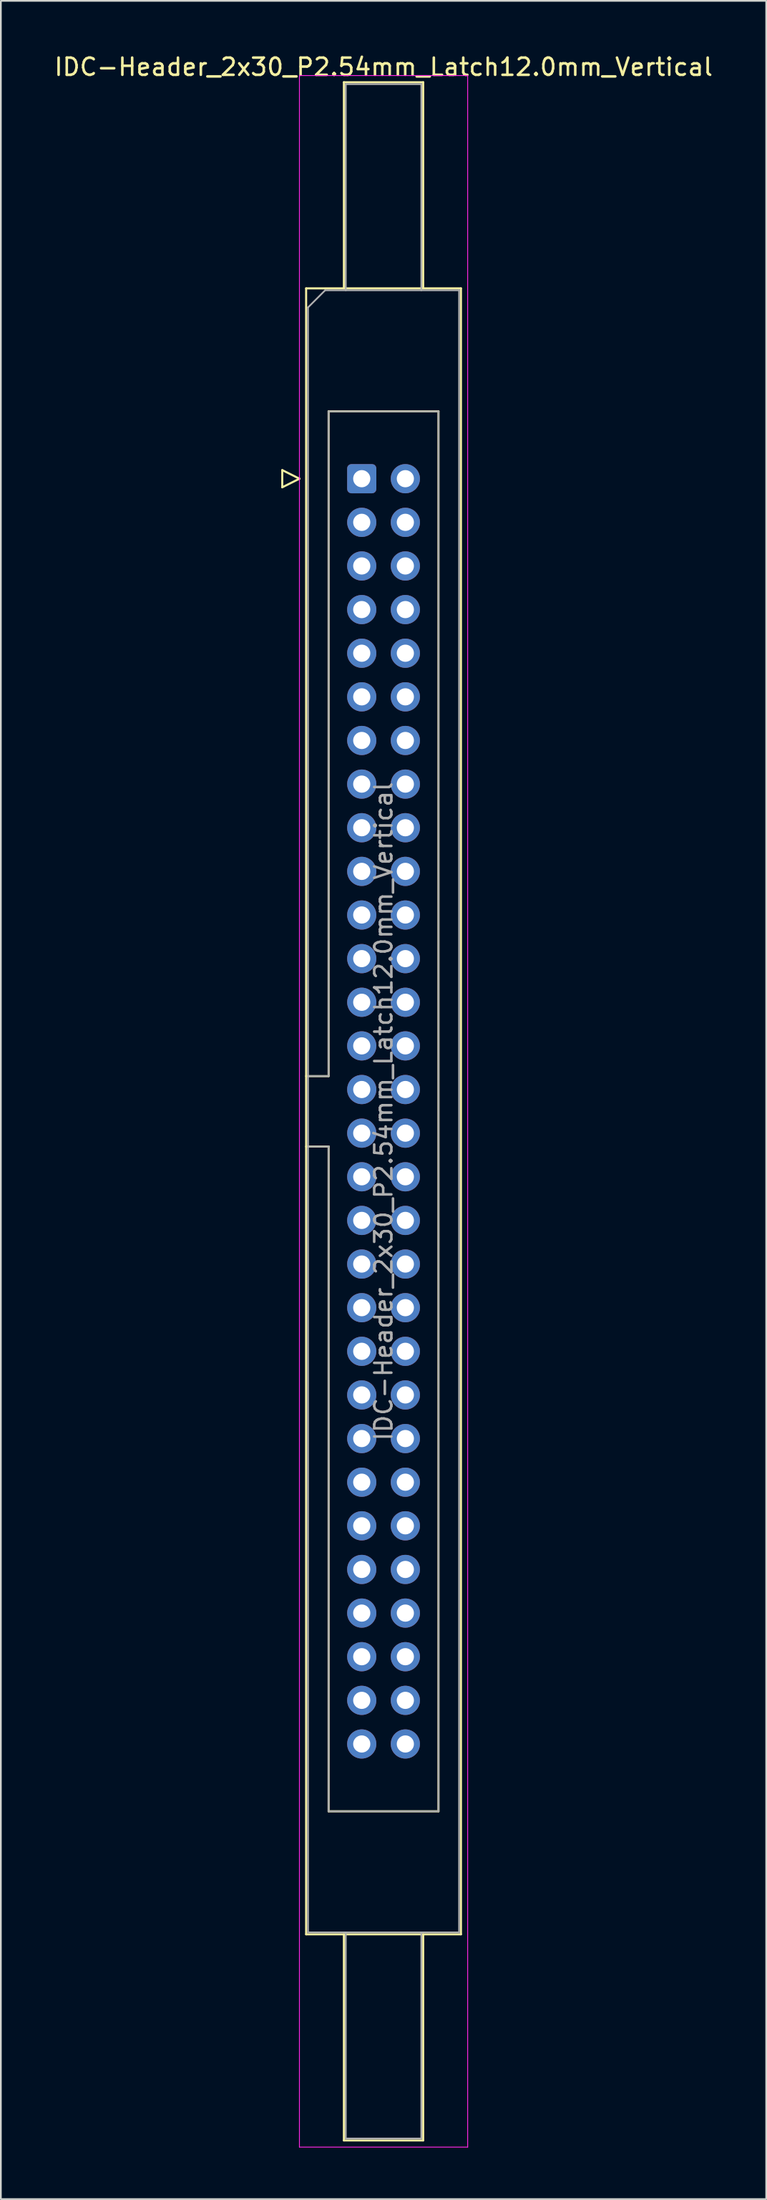
<source format=kicad_pcb>
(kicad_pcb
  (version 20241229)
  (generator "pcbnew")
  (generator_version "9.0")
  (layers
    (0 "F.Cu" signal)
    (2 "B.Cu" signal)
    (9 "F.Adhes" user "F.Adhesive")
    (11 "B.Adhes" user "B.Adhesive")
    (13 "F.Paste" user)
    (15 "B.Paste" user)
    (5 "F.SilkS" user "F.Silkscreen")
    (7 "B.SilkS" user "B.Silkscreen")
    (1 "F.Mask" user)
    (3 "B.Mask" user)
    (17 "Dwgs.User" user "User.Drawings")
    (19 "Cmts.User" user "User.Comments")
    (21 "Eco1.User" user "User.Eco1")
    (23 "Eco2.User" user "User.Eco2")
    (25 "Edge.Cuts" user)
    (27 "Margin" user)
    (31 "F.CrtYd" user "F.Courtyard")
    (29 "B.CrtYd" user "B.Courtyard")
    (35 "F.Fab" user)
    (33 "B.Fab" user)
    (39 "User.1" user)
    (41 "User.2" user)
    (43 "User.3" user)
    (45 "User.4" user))
  (footprint "IDC-Header_2x30_P2.54mm_Latch12.0mm_Vertical"
    (layer "F.Cu")
    (at 18.022 24.818)
    (property "Reference" "IDC-Header_2x30_P2.54mm_Latch12.0mm_Vertical" (at 1.27 -23.97 0) (layer "F.SilkS") (effects (font (size 1 1) (thickness 0.15))))
    (attr through_hole)
    (fp_line (start -4.63 -0.5) (end -4.63 0.5) (stroke (width 0.12) (type solid)) (layer "F.SilkS"))
    (fp_line (start -4.63 0.5) (end -3.63 0) (stroke (width 0.12) (type solid)) (layer "F.SilkS"))
    (fp_line (start -3.63 0) (end -4.63 -0.5) (stroke (width 0.12) (type solid)) (layer "F.SilkS"))
    (fp_line (start -3.24 -11.08) (end 5.78 -11.08) (stroke (width 0.12) (type solid)) (layer "F.SilkS"))
    (fp_line (start -3.24 34.78) (end -1.93 34.78) (stroke (width 0.12) (type solid)) (layer "F.SilkS"))
    (fp_line (start -3.24 84.74) (end -3.24 -11.08) (stroke (width 0.12) (type solid)) (layer "F.SilkS"))
    (fp_line (start -1.93 -3.92) (end 4.47 -3.92) (stroke (width 0.12) (type solid)) (layer "F.SilkS"))
    (fp_line (start -1.93 34.78) (end -1.93 -3.92) (stroke (width 0.12) (type solid)) (layer "F.SilkS"))
    (fp_line (start -1.93 38.88) (end -3.24 38.88) (stroke (width 0.12) (type solid)) (layer "F.SilkS"))
    (fp_line (start -1.93 38.88) (end -1.93 38.88) (stroke (width 0.12) (type solid)) (layer "F.SilkS"))
    (fp_line (start -1.93 77.58) (end -1.93 38.88) (stroke (width 0.12) (type solid)) (layer "F.SilkS"))
    (fp_line (start -1.04 -23.08) (end 3.58 -23.08) (stroke (width 0.12) (type solid)) (layer "F.SilkS"))
    (fp_line (start -1.04 -11.08) (end -1.04 -23.08) (stroke (width 0.12) (type solid)) (layer "F.SilkS"))
    (fp_line (start -1.04 84.74) (end -1.04 96.74) (stroke (width 0.12) (type solid)) (layer "F.SilkS"))
    (fp_line (start -1.04 96.74) (end 3.58 96.74) (stroke (width 0.12) (type solid)) (layer "F.SilkS"))
    (fp_line (start 3.58 -23.08) (end 3.58 -11.08) (stroke (width 0.12) (type solid)) (layer "F.SilkS"))
    (fp_line (start 3.58 96.74) (end 3.58 84.74) (stroke (width 0.12) (type solid)) (layer "F.SilkS"))
    (fp_line (start 4.47 -3.92) (end 4.47 77.58) (stroke (width 0.12) (type solid)) (layer "F.SilkS"))
    (fp_line (start 4.47 77.58) (end -1.93 77.58) (stroke (width 0.12) (type solid)) (layer "F.SilkS"))
    (fp_line (start 5.78 -11.08) (end 5.78 84.74) (stroke (width 0.12) (type solid)) (layer "F.SilkS"))
    (fp_line (start 5.78 84.74) (end -3.24 84.74) (stroke (width 0.12) (type solid)) (layer "F.SilkS"))
    (fp_line (start -3.63 -23.47) (end -3.63 97.13) (stroke (width 0.05) (type solid)) (layer "F.CrtYd"))
    (fp_line (start -3.63 97.13) (end 6.17 97.13) (stroke (width 0.05) (type solid)) (layer "F.CrtYd"))
    (fp_line (start 6.17 -23.47) (end -3.63 -23.47) (stroke (width 0.05) (type solid)) (layer "F.CrtYd"))
    (fp_line (start 6.17 97.13) (end 6.17 -23.47) (stroke (width 0.05) (type solid)) (layer "F.CrtYd"))
    (fp_line (start -3.13 -9.97) (end -2.13 -10.97) (stroke (width 0.1) (type solid)) (layer "F.Fab"))
    (fp_line (start -3.13 34.78) (end -1.93 34.78) (stroke (width 0.1) (type solid)) (layer "F.Fab"))
    (fp_line (start -3.13 84.63) (end -3.13 -9.97) (stroke (width 0.1) (type solid)) (layer "F.Fab"))
    (fp_line (start -2.13 -10.97) (end 5.67 -10.97) (stroke (width 0.1) (type solid)) (layer "F.Fab"))
    (fp_line (start -1.93 -3.92) (end 4.47 -3.92) (stroke (width 0.1) (type solid)) (layer "F.Fab"))
    (fp_line (start -1.93 34.78) (end -1.93 -3.92) (stroke (width 0.1) (type solid)) (layer "F.Fab"))
    (fp_line (start -1.93 38.88) (end -3.13 38.88) (stroke (width 0.1) (type solid)) (layer "F.Fab"))
    (fp_line (start -1.93 38.88) (end -1.93 38.88) (stroke (width 0.1) (type solid)) (layer "F.Fab"))
    (fp_line (start -1.93 77.58) (end -1.93 38.88) (stroke (width 0.1) (type solid)) (layer "F.Fab"))
    (fp_line (start -0.93 -22.97) (end 3.47 -22.97) (stroke (width 0.1) (type solid)) (layer "F.Fab"))
    (fp_line (start -0.93 -10.97) (end -0.93 -22.97) (stroke (width 0.1) (type solid)) (layer "F.Fab"))
    (fp_line (start -0.93 84.63) (end -0.93 96.63) (stroke (width 0.1) (type solid)) (layer "F.Fab"))
    (fp_line (start -0.93 96.63) (end 3.47 96.63) (stroke (width 0.1) (type solid)) (layer "F.Fab"))
    (fp_line (start 3.47 -22.97) (end 3.47 -10.97) (stroke (width 0.1) (type solid)) (layer "F.Fab"))
    (fp_line (start 3.47 96.63) (end 3.47 84.63) (stroke (width 0.1) (type solid)) (layer "F.Fab"))
    (fp_line (start 4.47 -3.92) (end 4.47 77.58) (stroke (width 0.1) (type solid)) (layer "F.Fab"))
    (fp_line (start 4.47 77.58) (end -1.93 77.58) (stroke (width 0.1) (type solid)) (layer "F.Fab"))
    (fp_line (start 5.67 -10.97) (end 5.67 84.63) (stroke (width 0.1) (type solid)) (layer "F.Fab"))
    (fp_line (start 5.67 84.63) (end -3.13 84.63) (stroke (width 0.1) (type solid)) (layer "F.Fab"))
    (fp_text user "${REFERENCE}" (at 1.27 36.83 90) (layer "F.Fab") (effects (font (size 1 1) (thickness 0.15))))
    (pad "1" thru_hole roundrect (at 0 0) (size 1.7 1.7) (drill 1) (layers "*.Cu" "*.Mask") (roundrect_rratio 0.147))
    (pad "2" thru_hole circle (at 2.54 0) (size 1.7 1.7) (drill 1) (layers "*.Cu" "*.Mask"))
    (pad "3" thru_hole circle (at 0 2.54) (size 1.7 1.7) (drill 1) (layers "*.Cu" "*.Mask"))
    (pad "4" thru_hole circle (at 2.54 2.54) (size 1.7 1.7) (drill 1) (layers "*.Cu" "*.Mask"))
    (pad "5" thru_hole circle (at 0 5.08) (size 1.7 1.7) (drill 1) (layers "*.Cu" "*.Mask"))
    (pad "6" thru_hole circle (at 2.54 5.08) (size 1.7 1.7) (drill 1) (layers "*.Cu" "*.Mask"))
    (pad "7" thru_hole circle (at 0 7.62) (size 1.7 1.7) (drill 1) (layers "*.Cu" "*.Mask"))
    (pad "8" thru_hole circle (at 2.54 7.62) (size 1.7 1.7) (drill 1) (layers "*.Cu" "*.Mask"))
    (pad "9" thru_hole circle (at 0 10.16) (size 1.7 1.7) (drill 1) (layers "*.Cu" "*.Mask"))
    (pad "10" thru_hole circle (at 2.54 10.16) (size 1.7 1.7) (drill 1) (layers "*.Cu" "*.Mask"))
    (pad "11" thru_hole circle (at 0 12.7) (size 1.7 1.7) (drill 1) (layers "*.Cu" "*.Mask"))
    (pad "12" thru_hole circle (at 2.54 12.7) (size 1.7 1.7) (drill 1) (layers "*.Cu" "*.Mask"))
    (pad "13" thru_hole circle (at 0 15.24) (size 1.7 1.7) (drill 1) (layers "*.Cu" "*.Mask"))
    (pad "14" thru_hole circle (at 2.54 15.24) (size 1.7 1.7) (drill 1) (layers "*.Cu" "*.Mask"))
    (pad "15" thru_hole circle (at 0 17.78) (size 1.7 1.7) (drill 1) (layers "*.Cu" "*.Mask"))
    (pad "16" thru_hole circle (at 2.54 17.78) (size 1.7 1.7) (drill 1) (layers "*.Cu" "*.Mask"))
    (pad "17" thru_hole circle (at 0 20.32) (size 1.7 1.7) (drill 1) (layers "*.Cu" "*.Mask"))
    (pad "18" thru_hole circle (at 2.54 20.32) (size 1.7 1.7) (drill 1) (layers "*.Cu" "*.Mask"))
    (pad "19" thru_hole circle (at 0 22.86) (size 1.7 1.7) (drill 1) (layers "*.Cu" "*.Mask"))
    (pad "20" thru_hole circle (at 2.54 22.86) (size 1.7 1.7) (drill 1) (layers "*.Cu" "*.Mask"))
    (pad "21" thru_hole circle (at 0 25.4) (size 1.7 1.7) (drill 1) (layers "*.Cu" "*.Mask"))
    (pad "22" thru_hole circle (at 2.54 25.4) (size 1.7 1.7) (drill 1) (layers "*.Cu" "*.Mask"))
    (pad "23" thru_hole circle (at 0 27.94) (size 1.7 1.7) (drill 1) (layers "*.Cu" "*.Mask"))
    (pad "24" thru_hole circle (at 2.54 27.94) (size 1.7 1.7) (drill 1) (layers "*.Cu" "*.Mask"))
    (pad "25" thru_hole circle (at 0 30.48) (size 1.7 1.7) (drill 1) (layers "*.Cu" "*.Mask"))
    (pad "26" thru_hole circle (at 2.54 30.48) (size 1.7 1.7) (drill 1) (layers "*.Cu" "*.Mask"))
    (pad "27" thru_hole circle (at 0 33.02) (size 1.7 1.7) (drill 1) (layers "*.Cu" "*.Mask"))
    (pad "28" thru_hole circle (at 2.54 33.02) (size 1.7 1.7) (drill 1) (layers "*.Cu" "*.Mask"))
    (pad "29" thru_hole circle (at 0 35.56) (size 1.7 1.7) (drill 1) (layers "*.Cu" "*.Mask"))
    (pad "30" thru_hole circle (at 2.54 35.56) (size 1.7 1.7) (drill 1) (layers "*.Cu" "*.Mask"))
    (pad "31" thru_hole circle (at 0 38.1) (size 1.7 1.7) (drill 1) (layers "*.Cu" "*.Mask"))
    (pad "32" thru_hole circle (at 2.54 38.1) (size 1.7 1.7) (drill 1) (layers "*.Cu" "*.Mask"))
    (pad "33" thru_hole circle (at 0 40.64) (size 1.7 1.7) (drill 1) (layers "*.Cu" "*.Mask"))
    (pad "34" thru_hole circle (at 2.54 40.64) (size 1.7 1.7) (drill 1) (layers "*.Cu" "*.Mask"))
    (pad "35" thru_hole circle (at 0 43.18) (size 1.7 1.7) (drill 1) (layers "*.Cu" "*.Mask"))
    (pad "36" thru_hole circle (at 2.54 43.18) (size 1.7 1.7) (drill 1) (layers "*.Cu" "*.Mask"))
    (pad "37" thru_hole circle (at 0 45.72) (size 1.7 1.7) (drill 1) (layers "*.Cu" "*.Mask"))
    (pad "38" thru_hole circle (at 2.54 45.72) (size 1.7 1.7) (drill 1) (layers "*.Cu" "*.Mask"))
    (pad "39" thru_hole circle (at 0 48.26) (size 1.7 1.7) (drill 1) (layers "*.Cu" "*.Mask"))
    (pad "40" thru_hole circle (at 2.54 48.26) (size 1.7 1.7) (drill 1) (layers "*.Cu" "*.Mask"))
    (pad "41" thru_hole circle (at 0 50.8) (size 1.7 1.7) (drill 1) (layers "*.Cu" "*.Mask"))
    (pad "42" thru_hole circle (at 2.54 50.8) (size 1.7 1.7) (drill 1) (layers "*.Cu" "*.Mask"))
    (pad "43" thru_hole circle (at 0 53.34) (size 1.7 1.7) (drill 1) (layers "*.Cu" "*.Mask"))
    (pad "44" thru_hole circle (at 2.54 53.34) (size 1.7 1.7) (drill 1) (layers "*.Cu" "*.Mask"))
    (pad "45" thru_hole circle (at 0 55.88) (size 1.7 1.7) (drill 1) (layers "*.Cu" "*.Mask"))
    (pad "46" thru_hole circle (at 2.54 55.88) (size 1.7 1.7) (drill 1) (layers "*.Cu" "*.Mask"))
    (pad "47" thru_hole circle (at 0 58.42) (size 1.7 1.7) (drill 1) (layers "*.Cu" "*.Mask"))
    (pad "48" thru_hole circle (at 2.54 58.42) (size 1.7 1.7) (drill 1) (layers "*.Cu" "*.Mask"))
    (pad "49" thru_hole circle (at 0 60.96) (size 1.7 1.7) (drill 1) (layers "*.Cu" "*.Mask"))
    (pad "50" thru_hole circle (at 2.54 60.96) (size 1.7 1.7) (drill 1) (layers "*.Cu" "*.Mask"))
    (pad "51" thru_hole circle (at 0 63.5) (size 1.7 1.7) (drill 1) (layers "*.Cu" "*.Mask"))
    (pad "52" thru_hole circle (at 2.54 63.5) (size 1.7 1.7) (drill 1) (layers "*.Cu" "*.Mask"))
    (pad "53" thru_hole circle (at 0 66.04) (size 1.7 1.7) (drill 1) (layers "*.Cu" "*.Mask"))
    (pad "54" thru_hole circle (at 2.54 66.04) (size 1.7 1.7) (drill 1) (layers "*.Cu" "*.Mask"))
    (pad "55" thru_hole circle (at 0 68.58) (size 1.7 1.7) (drill 1) (layers "*.Cu" "*.Mask"))
    (pad "56" thru_hole circle (at 2.54 68.58) (size 1.7 1.7) (drill 1) (layers "*.Cu" "*.Mask"))
    (pad "57" thru_hole circle (at 0 71.12) (size 1.7 1.7) (drill 1) (layers "*.Cu" "*.Mask"))
    (pad "58" thru_hole circle (at 2.54 71.12) (size 1.7 1.7) (drill 1) (layers "*.Cu" "*.Mask"))
    (pad "59" thru_hole circle (at 0 73.66) (size 1.7 1.7) (drill 1) (layers "*.Cu" "*.Mask"))
    (pad "60" thru_hole circle (at 2.54 73.66) (size 1.7 1.7) (drill 1) (layers "*.Cu" "*.Mask")))
  (gr_rect
    (start -3 -3)
    (end 41.583 124.973)
    (stroke (width 0.1) (type default))
    (fill no)
    (layer "Edge.Cuts")))
</source>
